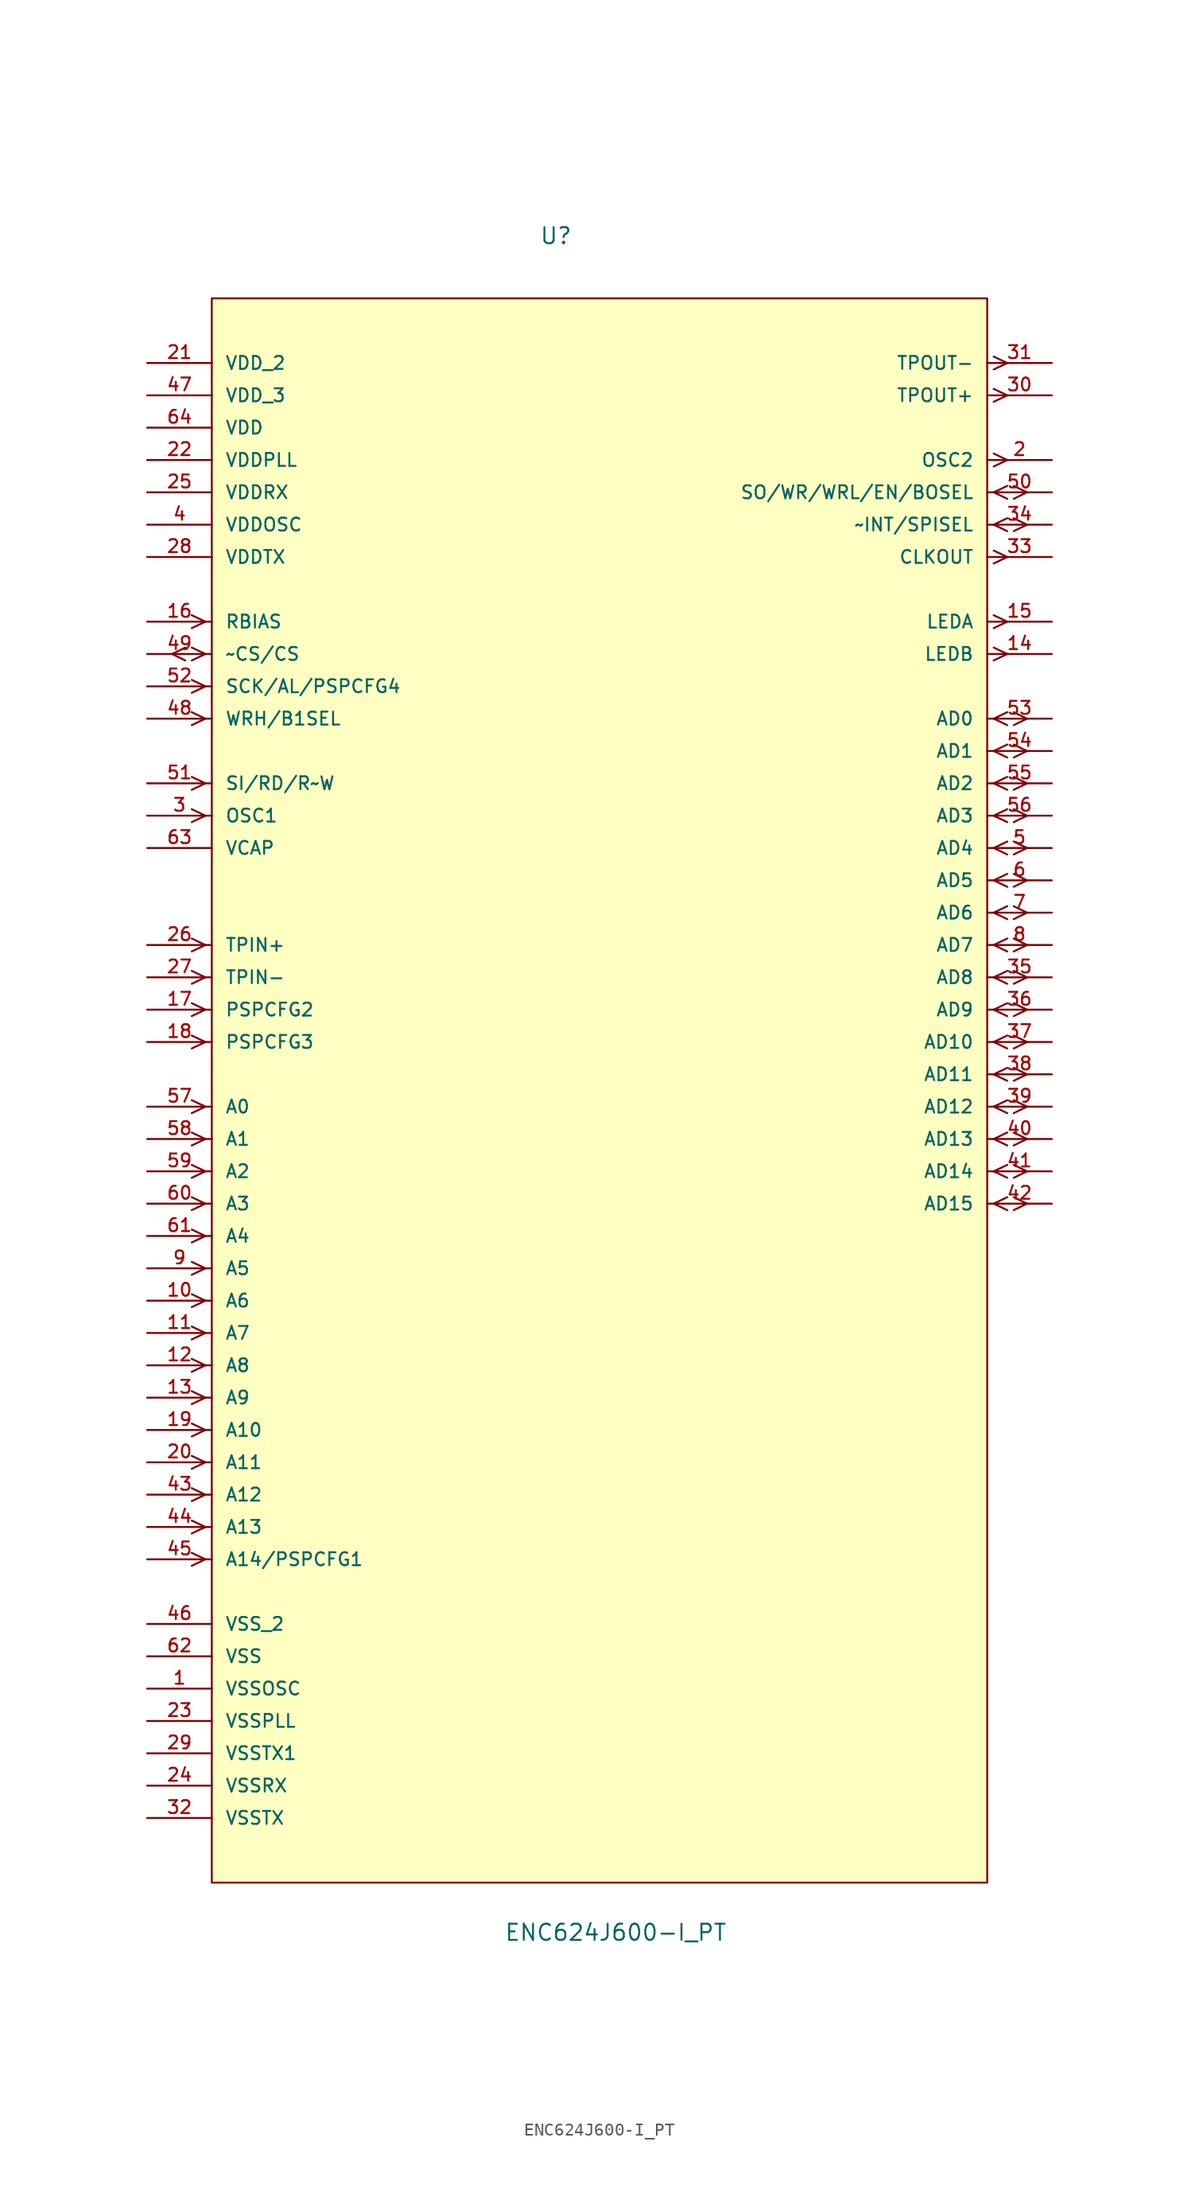
<source format=kicad_sym>
(kicad_symbol_lib
  (version 20211014)
  (generator kicad_symbol_editor)
  (symbol "ENC624J600-I_PT"
    (pin_names
      (offset 1.016))
    (property "Reference" "U"
      (at -4.734 62.581 0.0)
      (effects (font (size 1.27 1.27)) (justify bottom left)))
    (property "Value" "ENC624J600-I_PT"
      (at -7.505 -70.698 0.0)
      (effects (font (size 1.27 1.27)) (justify bottom left)))
    (symbol "ENC624J600-I_PT_0_0"
      (polyline (pts (xy -30.988 33.02) (xy -32.055 33.528)) (stroke (width 0.152)))
      (polyline (pts (xy -30.988 33.02) (xy -32.055 32.512)) (stroke (width 0.152)))
      (polyline (pts (xy -30.988 30.48) (xy -32.055 30.988)) (stroke (width 0.152)))
      (polyline (pts (xy -30.988 30.48) (xy -32.055 29.972)) (stroke (width 0.152)))
      (polyline (pts (xy -32.563 30.988) (xy -33.604 30.48)) (stroke (width 0.152)))
      (polyline (pts (xy -32.563 29.972) (xy -33.604 30.48)) (stroke (width 0.152)))
      (polyline (pts (xy -30.988 27.94) (xy -32.055 28.448)) (stroke (width 0.152)))
      (polyline (pts (xy -30.988 27.94) (xy -32.055 27.432)) (stroke (width 0.152)))
      (polyline (pts (xy -30.988 25.4) (xy -32.055 25.908)) (stroke (width 0.152)))
      (polyline (pts (xy -30.988 25.4) (xy -32.055 24.892)) (stroke (width 0.152)))
      (polyline (pts (xy -30.988 20.32) (xy -32.055 20.828)) (stroke (width 0.152)))
      (polyline (pts (xy -30.988 20.32) (xy -32.055 19.812)) (stroke (width 0.152)))
      (polyline (pts (xy -30.988 17.78) (xy -32.055 18.288)) (stroke (width 0.152)))
      (polyline (pts (xy -30.988 17.78) (xy -32.055 17.272)) (stroke (width 0.152)))
      (polyline (pts (xy -30.988 7.62) (xy -32.055 8.128)) (stroke (width 0.152)))
      (polyline (pts (xy -30.988 7.62) (xy -32.055 7.112)) (stroke (width 0.152)))
      (polyline (pts (xy -30.988 5.08) (xy -32.055 5.588)) (stroke (width 0.152)))
      (polyline (pts (xy -30.988 5.08) (xy -32.055 4.572)) (stroke (width 0.152)))
      (polyline (pts (xy -30.988 2.54) (xy -32.055 3.048)) (stroke (width 0.152)))
      (polyline (pts (xy -30.988 2.54) (xy -32.055 2.032)) (stroke (width 0.152)))
      (polyline (pts (xy -30.988 0.0) (xy -32.055 0.508)) (stroke (width 0.152)))
      (polyline (pts (xy -30.988 0.0) (xy -32.055 -0.508)) (stroke (width 0.152)))
      (polyline (pts (xy -30.988 -5.08) (xy -32.055 -4.572)) (stroke (width 0.152)))
      (polyline (pts (xy -30.988 -5.08) (xy -32.055 -5.588)) (stroke (width 0.152)))
      (polyline (pts (xy -30.988 -7.62) (xy -32.055 -7.112)) (stroke (width 0.152)))
      (polyline (pts (xy -30.988 -7.62) (xy -32.055 -8.128)) (stroke (width 0.152)))
      (polyline (pts (xy -30.988 -10.16) (xy -32.055 -9.652)) (stroke (width 0.152)))
      (polyline (pts (xy -30.988 -10.16) (xy -32.055 -10.668)) (stroke (width 0.152)))
      (polyline (pts (xy -30.988 -12.7) (xy -32.055 -12.192)) (stroke (width 0.152)))
      (polyline (pts (xy -30.988 -12.7) (xy -32.055 -13.208)) (stroke (width 0.152)))
      (polyline (pts (xy -30.988 -15.24) (xy -32.055 -14.732)) (stroke (width 0.152)))
      (polyline (pts (xy -30.988 -15.24) (xy -32.055 -15.748)) (stroke (width 0.152)))
      (polyline (pts (xy -30.988 -17.78) (xy -32.055 -17.272)) (stroke (width 0.152)))
      (polyline (pts (xy -30.988 -17.78) (xy -32.055 -18.288)) (stroke (width 0.152)))
      (polyline (pts (xy -30.988 -20.32) (xy -32.055 -19.812)) (stroke (width 0.152)))
      (polyline (pts (xy -30.988 -20.32) (xy -32.055 -20.828)) (stroke (width 0.152)))
      (polyline (pts (xy -30.988 -22.86) (xy -32.055 -22.352)) (stroke (width 0.152)))
      (polyline (pts (xy -30.988 -22.86) (xy -32.055 -23.368)) (stroke (width 0.152)))
      (polyline (pts (xy -30.988 -25.4) (xy -32.055 -24.892)) (stroke (width 0.152)))
      (polyline (pts (xy -30.988 -25.4) (xy -32.055 -25.908)) (stroke (width 0.152)))
      (polyline (pts (xy -30.988 -27.94) (xy -32.055 -27.432)) (stroke (width 0.152)))
      (polyline (pts (xy -30.988 -27.94) (xy -32.055 -28.448)) (stroke (width 0.152)))
      (polyline (pts (xy -30.988 -30.48) (xy -32.055 -29.972)) (stroke (width 0.152)))
      (polyline (pts (xy -30.988 -30.48) (xy -32.055 -30.988)) (stroke (width 0.152)))
      (polyline (pts (xy -30.988 -33.02) (xy -32.055 -32.512)) (stroke (width 0.152)))
      (polyline (pts (xy -30.988 -33.02) (xy -32.055 -33.528)) (stroke (width 0.152)))
      (polyline (pts (xy -30.988 -35.56) (xy -32.055 -35.052)) (stroke (width 0.152)))
      (polyline (pts (xy -30.988 -35.56) (xy -32.055 -36.068)) (stroke (width 0.152)))
      (polyline (pts (xy -30.988 -38.1) (xy -32.055 -37.592)) (stroke (width 0.152)))
      (polyline (pts (xy -30.988 -38.1) (xy -32.055 -38.608)) (stroke (width 0.152)))
      (polyline (pts (xy -30.988 -40.64) (xy -32.055 -40.132)) (stroke (width 0.152)))
      (polyline (pts (xy -30.988 -40.64) (xy -32.055 -41.148)) (stroke (width 0.152)))
      (polyline (pts (xy 30.988 53.848) (xy 32.055 53.34)) (stroke (width 0.152)))
      (polyline (pts (xy 30.988 52.832) (xy 32.055 53.34)) (stroke (width 0.152)))
      (polyline (pts (xy 30.988 51.308) (xy 32.055 50.8)) (stroke (width 0.152)))
      (polyline (pts (xy 30.988 50.292) (xy 32.055 50.8)) (stroke (width 0.152)))
      (polyline (pts (xy 30.988 46.228) (xy 32.055 45.72)) (stroke (width 0.152)))
      (polyline (pts (xy 30.988 45.212) (xy 32.055 45.72)) (stroke (width 0.152)))
      (polyline (pts (xy 30.988 43.18) (xy 32.055 43.688)) (stroke (width 0.152)))
      (polyline (pts (xy 30.988 43.18) (xy 32.055 42.672)) (stroke (width 0.152)))
      (polyline (pts (xy 32.563 43.688) (xy 33.604 43.18)) (stroke (width 0.152)))
      (polyline (pts (xy 32.563 42.672) (xy 33.604 43.18)) (stroke (width 0.152)))
      (polyline (pts (xy 30.988 40.64) (xy 32.055 41.148)) (stroke (width 0.152)))
      (polyline (pts (xy 30.988 40.64) (xy 32.055 40.132)) (stroke (width 0.152)))
      (polyline (pts (xy 32.563 41.148) (xy 33.604 40.64)) (stroke (width 0.152)))
      (polyline (pts (xy 32.563 40.132) (xy 33.604 40.64)) (stroke (width 0.152)))
      (polyline (pts (xy 30.988 38.608) (xy 32.055 38.1)) (stroke (width 0.152)))
      (polyline (pts (xy 30.988 37.592) (xy 32.055 38.1)) (stroke (width 0.152)))
      (polyline (pts (xy 30.988 33.528) (xy 32.055 33.02)) (stroke (width 0.152)))
      (polyline (pts (xy 30.988 32.512) (xy 32.055 33.02)) (stroke (width 0.152)))
      (polyline (pts (xy 30.988 30.988) (xy 32.055 30.48)) (stroke (width 0.152)))
      (polyline (pts (xy 30.988 29.972) (xy 32.055 30.48)) (stroke (width 0.152)))
      (polyline (pts (xy 30.988 25.4) (xy 32.055 25.908)) (stroke (width 0.152)))
      (polyline (pts (xy 30.988 25.4) (xy 32.055 24.892)) (stroke (width 0.152)))
      (polyline (pts (xy 32.563 25.908) (xy 33.604 25.4)) (stroke (width 0.152)))
      (polyline (pts (xy 32.563 24.892) (xy 33.604 25.4)) (stroke (width 0.152)))
      (polyline (pts (xy 30.988 22.86) (xy 32.055 23.368)) (stroke (width 0.152)))
      (polyline (pts (xy 30.988 22.86) (xy 32.055 22.352)) (stroke (width 0.152)))
      (polyline (pts (xy 32.563 23.368) (xy 33.604 22.86)) (stroke (width 0.152)))
      (polyline (pts (xy 32.563 22.352) (xy 33.604 22.86)) (stroke (width 0.152)))
      (polyline (pts (xy 30.988 20.32) (xy 32.055 20.828)) (stroke (width 0.152)))
      (polyline (pts (xy 30.988 20.32) (xy 32.055 19.812)) (stroke (width 0.152)))
      (polyline (pts (xy 32.563 20.828) (xy 33.604 20.32)) (stroke (width 0.152)))
      (polyline (pts (xy 32.563 19.812) (xy 33.604 20.32)) (stroke (width 0.152)))
      (polyline (pts (xy 30.988 17.78) (xy 32.055 18.288)) (stroke (width 0.152)))
      (polyline (pts (xy 30.988 17.78) (xy 32.055 17.272)) (stroke (width 0.152)))
      (polyline (pts (xy 32.563 18.288) (xy 33.604 17.78)) (stroke (width 0.152)))
      (polyline (pts (xy 32.563 17.272) (xy 33.604 17.78)) (stroke (width 0.152)))
      (polyline (pts (xy 30.988 15.24) (xy 32.055 15.748)) (stroke (width 0.152)))
      (polyline (pts (xy 30.988 15.24) (xy 32.055 14.732)) (stroke (width 0.152)))
      (polyline (pts (xy 32.563 15.748) (xy 33.604 15.24)) (stroke (width 0.152)))
      (polyline (pts (xy 32.563 14.732) (xy 33.604 15.24)) (stroke (width 0.152)))
      (polyline (pts (xy 30.988 12.7) (xy 32.055 13.208)) (stroke (width 0.152)))
      (polyline (pts (xy 30.988 12.7) (xy 32.055 12.192)) (stroke (width 0.152)))
      (polyline (pts (xy 32.563 13.208) (xy 33.604 12.7)) (stroke (width 0.152)))
      (polyline (pts (xy 32.563 12.192) (xy 33.604 12.7)) (stroke (width 0.152)))
      (polyline (pts (xy 30.988 10.16) (xy 32.055 10.668)) (stroke (width 0.152)))
      (polyline (pts (xy 30.988 10.16) (xy 32.055 9.652)) (stroke (width 0.152)))
      (polyline (pts (xy 32.563 10.668) (xy 33.604 10.16)) (stroke (width 0.152)))
      (polyline (pts (xy 32.563 9.652) (xy 33.604 10.16)) (stroke (width 0.152)))
      (polyline (pts (xy 30.988 7.62) (xy 32.055 8.128)) (stroke (width 0.152)))
      (polyline (pts (xy 30.988 7.62) (xy 32.055 7.112)) (stroke (width 0.152)))
      (polyline (pts (xy 32.563 8.128) (xy 33.604 7.62)) (stroke (width 0.152)))
      (polyline (pts (xy 32.563 7.112) (xy 33.604 7.62)) (stroke (width 0.152)))
      (polyline (pts (xy 30.988 5.08) (xy 32.055 5.588)) (stroke (width 0.152)))
      (polyline (pts (xy 30.988 5.08) (xy 32.055 4.572)) (stroke (width 0.152)))
      (polyline (pts (xy 32.563 5.588) (xy 33.604 5.08)) (stroke (width 0.152)))
      (polyline (pts (xy 32.563 4.572) (xy 33.604 5.08)) (stroke (width 0.152)))
      (polyline (pts (xy 30.988 2.54) (xy 32.055 3.048)) (stroke (width 0.152)))
      (polyline (pts (xy 30.988 2.54) (xy 32.055 2.032)) (stroke (width 0.152)))
      (polyline (pts (xy 32.563 3.048) (xy 33.604 2.54)) (stroke (width 0.152)))
      (polyline (pts (xy 32.563 2.032) (xy 33.604 2.54)) (stroke (width 0.152)))
      (polyline (pts (xy 30.988 0.0) (xy 32.055 0.508)) (stroke (width 0.152)))
      (polyline (pts (xy 30.988 0.0) (xy 32.055 -0.508)) (stroke (width 0.152)))
      (polyline (pts (xy 32.563 0.508) (xy 33.604 0.0)) (stroke (width 0.152)))
      (polyline (pts (xy 32.563 -0.508) (xy 33.604 0.0)) (stroke (width 0.152)))
      (polyline (pts (xy 30.988 -2.54) (xy 32.055 -2.032)) (stroke (width 0.152)))
      (polyline (pts (xy 30.988 -2.54) (xy 32.055 -3.048)) (stroke (width 0.152)))
      (polyline (pts (xy 32.563 -2.032) (xy 33.604 -2.54)) (stroke (width 0.152)))
      (polyline (pts (xy 32.563 -3.048) (xy 33.604 -2.54)) (stroke (width 0.152)))
      (polyline (pts (xy 30.988 -5.08) (xy 32.055 -4.572)) (stroke (width 0.152)))
      (polyline (pts (xy 30.988 -5.08) (xy 32.055 -5.588)) (stroke (width 0.152)))
      (polyline (pts (xy 32.563 -4.572) (xy 33.604 -5.08)) (stroke (width 0.152)))
      (polyline (pts (xy 32.563 -5.588) (xy 33.604 -5.08)) (stroke (width 0.152)))
      (polyline (pts (xy 30.988 -7.62) (xy 32.055 -7.112)) (stroke (width 0.152)))
      (polyline (pts (xy 30.988 -7.62) (xy 32.055 -8.128)) (stroke (width 0.152)))
      (polyline (pts (xy 32.563 -7.112) (xy 33.604 -7.62)) (stroke (width 0.152)))
      (polyline (pts (xy 32.563 -8.128) (xy 33.604 -7.62)) (stroke (width 0.152)))
      (polyline (pts (xy 30.988 -10.16) (xy 32.055 -9.652)) (stroke (width 0.152)))
      (polyline (pts (xy 30.988 -10.16) (xy 32.055 -10.668)) (stroke (width 0.152)))
      (polyline (pts (xy 32.563 -9.652) (xy 33.604 -10.16)) (stroke (width 0.152)))
      (polyline (pts (xy 32.563 -10.668) (xy 33.604 -10.16)) (stroke (width 0.152)))
      (polyline (pts (xy 30.988 -12.7) (xy 32.055 -12.192)) (stroke (width 0.152)))
      (polyline (pts (xy 30.988 -12.7) (xy 32.055 -13.208)) (stroke (width 0.152)))
      (polyline (pts (xy 32.563 -12.192) (xy 33.604 -12.7)) (stroke (width 0.152)))
      (polyline (pts (xy 32.563 -13.208) (xy 33.604 -12.7)) (stroke (width 0.152)))
      (rectangle (start -30.48 -66.04) (end 30.48 58.42) (stroke (width 0.152)) (fill (type background)))
      (pin power_in line (at -35.56 53.34 0) (length 5.08) (name "VDD_2" (effects (font (size 1.016 1.016)))) (number "21" (effects (font (size 1.016 1.016)))))
      (pin power_in line (at -35.56 50.8 0) (length 5.08) (name "VDD_3" (effects (font (size 1.016 1.016)))) (number "47" (effects (font (size 1.016 1.016)))))
      (pin power_in line (at -35.56 48.26 0) (length 5.08) (name "VDD" (effects (font (size 1.016 1.016)))) (number "64" (effects (font (size 1.016 1.016)))))
      (pin power_in line (at -35.56 45.72 0) (length 5.08) (name "VDDPLL" (effects (font (size 1.016 1.016)))) (number "22" (effects (font (size 1.016 1.016)))))
      (pin power_in line (at -35.56 43.18 0) (length 5.08) (name "VDDRX" (effects (font (size 1.016 1.016)))) (number "25" (effects (font (size 1.016 1.016)))))
      (pin power_in line (at -35.56 40.64 0) (length 5.08) (name "VDDOSC" (effects (font (size 1.016 1.016)))) (number "4" (effects (font (size 1.016 1.016)))))
      (pin power_in line (at -35.56 38.1 0) (length 5.08) (name "VDDTX" (effects (font (size 1.016 1.016)))) (number "28" (effects (font (size 1.016 1.016)))))
      (pin input line (at -35.56 33.02 0) (length 5.08) (name "RBIAS" (effects (font (size 1.016 1.016)))) (number "16" (effects (font (size 1.016 1.016)))))
      (pin input line (at -35.56 30.48 0) (length 5.08) (name "~CS/CS" (effects (font (size 1.016 1.016)))) (number "49" (effects (font (size 1.016 1.016)))))
      (pin input line (at -35.56 27.94 0) (length 5.08) (name "SCK/AL/PSPCFG4" (effects (font (size 1.016 1.016)))) (number "52" (effects (font (size 1.016 1.016)))))
      (pin input line (at -35.56 25.4 0) (length 5.08) (name "WRH/B1SEL" (effects (font (size 1.016 1.016)))) (number "48" (effects (font (size 1.016 1.016)))))
      (pin input line (at -35.56 20.32 0) (length 5.08) (name "SI/RD/R~W" (effects (font (size 1.016 1.016)))) (number "51" (effects (font (size 1.016 1.016)))))
      (pin input line (at -35.56 17.78 0) (length 5.08) (name "OSC1" (effects (font (size 1.016 1.016)))) (number "3" (effects (font (size 1.016 1.016)))))
      (pin power_in line (at -35.56 15.24 0) (length 5.08) (name "VCAP" (effects (font (size 1.016 1.016)))) (number "63" (effects (font (size 1.016 1.016)))))
      (pin input line (at -35.56 7.62 0) (length 5.08) (name "TPIN+" (effects (font (size 1.016 1.016)))) (number "26" (effects (font (size 1.016 1.016)))))
      (pin input line (at -35.56 5.08 0) (length 5.08) (name "TPIN-" (effects (font (size 1.016 1.016)))) (number "27" (effects (font (size 1.016 1.016)))))
      (pin input line (at -35.56 2.54 0) (length 5.08) (name "PSPCFG2" (effects (font (size 1.016 1.016)))) (number "17" (effects (font (size 1.016 1.016)))))
      (pin input line (at -35.56 0.0 0) (length 5.08) (name "PSPCFG3" (effects (font (size 1.016 1.016)))) (number "18" (effects (font (size 1.016 1.016)))))
      (pin input line (at -35.56 -5.08 0) (length 5.08) (name "A0" (effects (font (size 1.016 1.016)))) (number "57" (effects (font (size 1.016 1.016)))))
      (pin input line (at -35.56 -7.62 0) (length 5.08) (name "A1" (effects (font (size 1.016 1.016)))) (number "58" (effects (font (size 1.016 1.016)))))
      (pin input line (at -35.56 -10.16 0) (length 5.08) (name "A2" (effects (font (size 1.016 1.016)))) (number "59" (effects (font (size 1.016 1.016)))))
      (pin input line (at -35.56 -12.7 0) (length 5.08) (name "A3" (effects (font (size 1.016 1.016)))) (number "60" (effects (font (size 1.016 1.016)))))
      (pin input line (at -35.56 -15.24 0) (length 5.08) (name "A4" (effects (font (size 1.016 1.016)))) (number "61" (effects (font (size 1.016 1.016)))))
      (pin input line (at -35.56 -17.78 0) (length 5.08) (name "A5" (effects (font (size 1.016 1.016)))) (number "9" (effects (font (size 1.016 1.016)))))
      (pin input line (at -35.56 -20.32 0) (length 5.08) (name "A6" (effects (font (size 1.016 1.016)))) (number "10" (effects (font (size 1.016 1.016)))))
      (pin input line (at -35.56 -22.86 0) (length 5.08) (name "A7" (effects (font (size 1.016 1.016)))) (number "11" (effects (font (size 1.016 1.016)))))
      (pin input line (at -35.56 -25.4 0) (length 5.08) (name "A8" (effects (font (size 1.016 1.016)))) (number "12" (effects (font (size 1.016 1.016)))))
      (pin input line (at -35.56 -27.94 0) (length 5.08) (name "A9" (effects (font (size 1.016 1.016)))) (number "13" (effects (font (size 1.016 1.016)))))
      (pin input line (at -35.56 -30.48 0) (length 5.08) (name "A10" (effects (font (size 1.016 1.016)))) (number "19" (effects (font (size 1.016 1.016)))))
      (pin input line (at -35.56 -33.02 0) (length 5.08) (name "A11" (effects (font (size 1.016 1.016)))) (number "20" (effects (font (size 1.016 1.016)))))
      (pin input line (at -35.56 -35.56 0) (length 5.08) (name "A12" (effects (font (size 1.016 1.016)))) (number "43" (effects (font (size 1.016 1.016)))))
      (pin input line (at -35.56 -38.1 0) (length 5.08) (name "A13" (effects (font (size 1.016 1.016)))) (number "44" (effects (font (size 1.016 1.016)))))
      (pin input line (at -35.56 -40.64 0) (length 5.08) (name "A14/PSPCFG1" (effects (font (size 1.016 1.016)))) (number "45" (effects (font (size 1.016 1.016)))))
      (pin power_in line (at -35.56 -45.72 0) (length 5.08) (name "VSS_2" (effects (font (size 1.016 1.016)))) (number "46" (effects (font (size 1.016 1.016)))))
      (pin power_in line (at -35.56 -48.26 0) (length 5.08) (name "VSS" (effects (font (size 1.016 1.016)))) (number "62" (effects (font (size 1.016 1.016)))))
      (pin power_in line (at -35.56 -50.8 0) (length 5.08) (name "VSSOSC" (effects (font (size 1.016 1.016)))) (number "1" (effects (font (size 1.016 1.016)))))
      (pin power_in line (at -35.56 -53.34 0) (length 5.08) (name "VSSPLL" (effects (font (size 1.016 1.016)))) (number "23" (effects (font (size 1.016 1.016)))))
      (pin power_in line (at -35.56 -55.88 0) (length 5.08) (name "VSSTX1" (effects (font (size 1.016 1.016)))) (number "29" (effects (font (size 1.016 1.016)))))
      (pin power_in line (at -35.56 -58.42 0) (length 5.08) (name "VSSRX" (effects (font (size 1.016 1.016)))) (number "24" (effects (font (size 1.016 1.016)))))
      (pin power_in line (at -35.56 -60.96 0) (length 5.08) (name "VSSTX" (effects (font (size 1.016 1.016)))) (number "32" (effects (font (size 1.016 1.016)))))
      (pin output line (at 35.56 53.34 180.0) (length 5.08) (name "TPOUT-" (effects (font (size 1.016 1.016)))) (number "31" (effects (font (size 1.016 1.016)))))
      (pin output line (at 35.56 50.8 180.0) (length 5.08) (name "TPOUT+" (effects (font (size 1.016 1.016)))) (number "30" (effects (font (size 1.016 1.016)))))
      (pin output line (at 35.56 45.72 180.0) (length 5.08) (name "OSC2" (effects (font (size 1.016 1.016)))) (number "2" (effects (font (size 1.016 1.016)))))
      (pin bidirectional line (at 35.56 43.18 180.0) (length 5.08) (name "SO/WR/WRL/EN/BOSEL" (effects (font (size 1.016 1.016)))) (number "50" (effects (font (size 1.016 1.016)))))
      (pin bidirectional line (at 35.56 40.64 180.0) (length 5.08) (name "~INT/SPISEL" (effects (font (size 1.016 1.016)))) (number "34" (effects (font (size 1.016 1.016)))))
      (pin output line (at 35.56 38.1 180.0) (length 5.08) (name "CLKOUT" (effects (font (size 1.016 1.016)))) (number "33" (effects (font (size 1.016 1.016)))))
      (pin output line (at 35.56 33.02 180.0) (length 5.08) (name "LEDA" (effects (font (size 1.016 1.016)))) (number "15" (effects (font (size 1.016 1.016)))))
      (pin output line (at 35.56 30.48 180.0) (length 5.08) (name "LEDB" (effects (font (size 1.016 1.016)))) (number "14" (effects (font (size 1.016 1.016)))))
      (pin bidirectional line (at 35.56 25.4 180.0) (length 5.08) (name "AD0" (effects (font (size 1.016 1.016)))) (number "53" (effects (font (size 1.016 1.016)))))
      (pin bidirectional line (at 35.56 22.86 180.0) (length 5.08) (name "AD1" (effects (font (size 1.016 1.016)))) (number "54" (effects (font (size 1.016 1.016)))))
      (pin bidirectional line (at 35.56 20.32 180.0) (length 5.08) (name "AD2" (effects (font (size 1.016 1.016)))) (number "55" (effects (font (size 1.016 1.016)))))
      (pin bidirectional line (at 35.56 17.78 180.0) (length 5.08) (name "AD3" (effects (font (size 1.016 1.016)))) (number "56" (effects (font (size 1.016 1.016)))))
      (pin bidirectional line (at 35.56 15.24 180.0) (length 5.08) (name "AD4" (effects (font (size 1.016 1.016)))) (number "5" (effects (font (size 1.016 1.016)))))
      (pin bidirectional line (at 35.56 12.7 180.0) (length 5.08) (name "AD5" (effects (font (size 1.016 1.016)))) (number "6" (effects (font (size 1.016 1.016)))))
      (pin bidirectional line (at 35.56 10.16 180.0) (length 5.08) (name "AD6" (effects (font (size 1.016 1.016)))) (number "7" (effects (font (size 1.016 1.016)))))
      (pin bidirectional line (at 35.56 7.62 180.0) (length 5.08) (name "AD7" (effects (font (size 1.016 1.016)))) (number "8" (effects (font (size 1.016 1.016)))))
      (pin bidirectional line (at 35.56 5.08 180.0) (length 5.08) (name "AD8" (effects (font (size 1.016 1.016)))) (number "35" (effects (font (size 1.016 1.016)))))
      (pin bidirectional line (at 35.56 2.54 180.0) (length 5.08) (name "AD9" (effects (font (size 1.016 1.016)))) (number "36" (effects (font (size 1.016 1.016)))))
      (pin bidirectional line (at 35.56 0.0 180.0) (length 5.08) (name "AD10" (effects (font (size 1.016 1.016)))) (number "37" (effects (font (size 1.016 1.016)))))
      (pin bidirectional line (at 35.56 -2.54 180.0) (length 5.08) (name "AD11" (effects (font (size 1.016 1.016)))) (number "38" (effects (font (size 1.016 1.016)))))
      (pin bidirectional line (at 35.56 -5.08 180.0) (length 5.08) (name "AD12" (effects (font (size 1.016 1.016)))) (number "39" (effects (font (size 1.016 1.016)))))
      (pin bidirectional line (at 35.56 -7.62 180.0) (length 5.08) (name "AD13" (effects (font (size 1.016 1.016)))) (number "40" (effects (font (size 1.016 1.016)))))
      (pin bidirectional line (at 35.56 -10.16 180.0) (length 5.08) (name "AD14" (effects (font (size 1.016 1.016)))) (number "41" (effects (font (size 1.016 1.016)))))
      (pin bidirectional line (at 35.56 -12.7 180.0) (length 5.08) (name "AD15" (effects (font (size 1.016 1.016)))) (number "42" (effects (font (size 1.016 1.016))))))))
</source>
